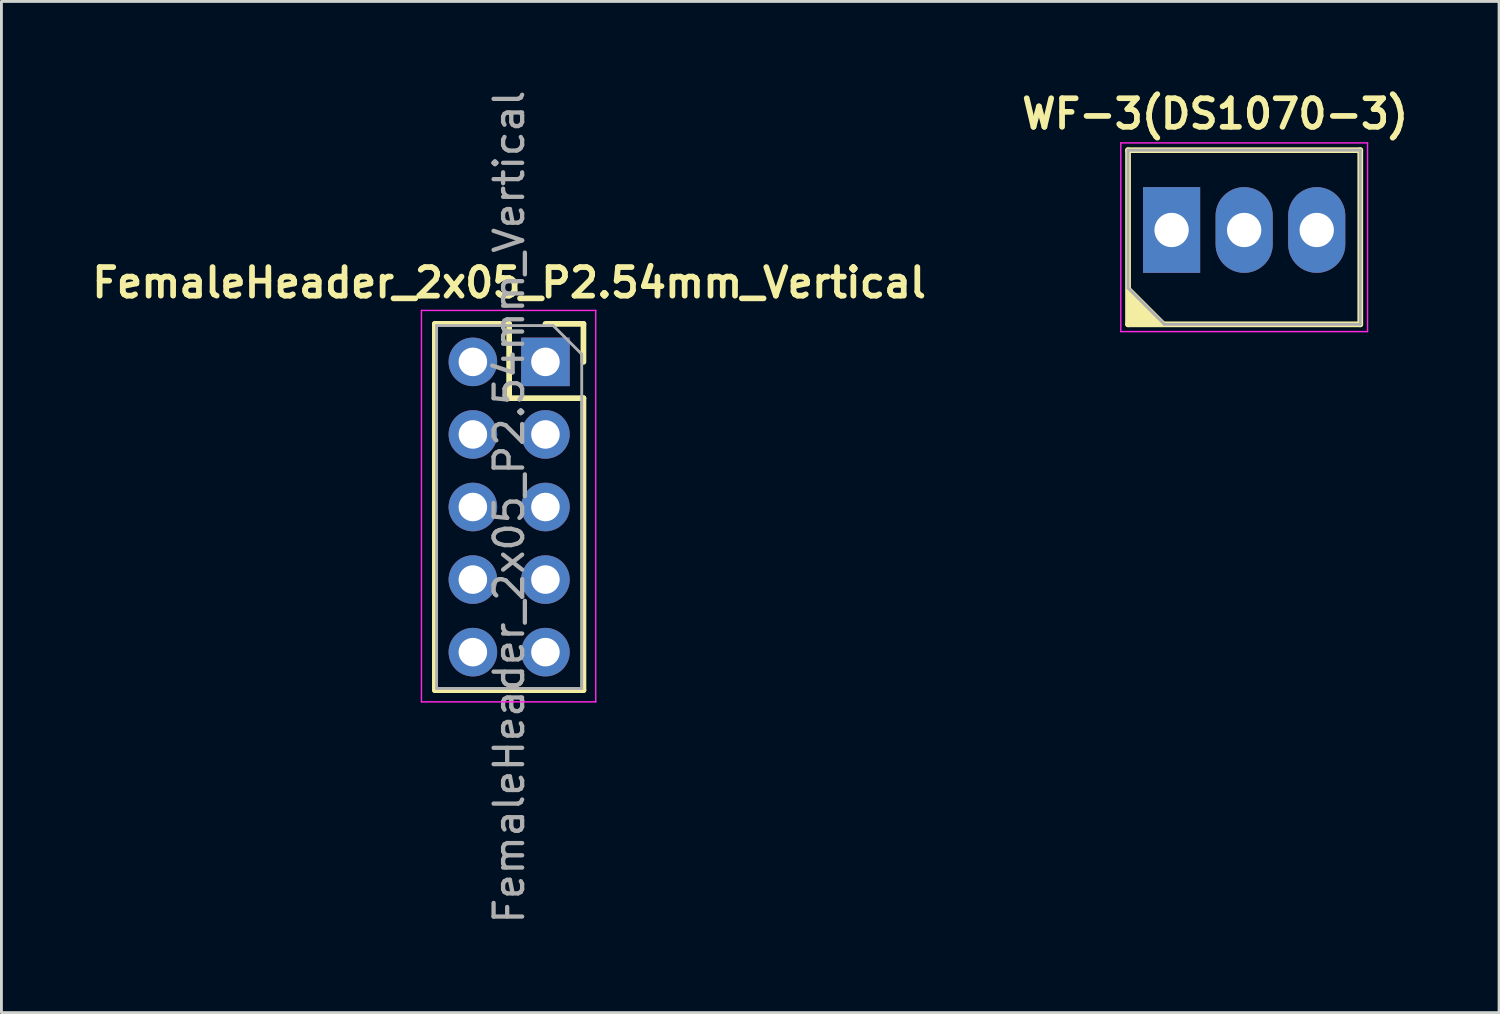
<source format=kicad_pcb>
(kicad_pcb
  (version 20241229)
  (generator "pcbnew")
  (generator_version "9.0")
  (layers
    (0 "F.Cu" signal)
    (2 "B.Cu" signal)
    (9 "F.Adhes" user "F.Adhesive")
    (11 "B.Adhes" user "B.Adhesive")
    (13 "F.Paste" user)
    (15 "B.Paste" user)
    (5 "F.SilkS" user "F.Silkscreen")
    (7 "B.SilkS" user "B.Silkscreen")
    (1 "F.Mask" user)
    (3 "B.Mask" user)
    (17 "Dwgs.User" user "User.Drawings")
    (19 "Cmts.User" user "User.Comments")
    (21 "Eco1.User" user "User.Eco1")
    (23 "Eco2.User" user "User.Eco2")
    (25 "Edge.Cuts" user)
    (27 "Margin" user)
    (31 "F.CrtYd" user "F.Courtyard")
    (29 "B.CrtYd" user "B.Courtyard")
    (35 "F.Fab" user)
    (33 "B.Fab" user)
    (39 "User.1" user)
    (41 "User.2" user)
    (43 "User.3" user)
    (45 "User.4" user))
  (footprint "WF-3(DS1070-3)"
    (layer "F.Cu")
    (at 37.957 5)
    (property "Reference" "WF-3(DS1070-3)" (at 1.524 -4.064 0) (layer "F.SilkS") (effects (font (size 1 1) (thickness 0.2))))
    (attr through_hole)
    (fp_line (start -1.524 3.302) (end -1.524 -2.794) (stroke (width 0.2) (type solid)) (layer "F.SilkS"))
    (fp_line (start -1.524 3.302) (end 6.604 3.302) (stroke (width 0.2) (type solid)) (layer "F.SilkS"))
    (fp_line (start 6.604 -2.794) (end -1.524 -2.794) (stroke (width 0.2) (type solid)) (layer "F.SilkS"))
    (fp_line (start 6.604 -2.794) (end 6.604 3.302) (stroke (width 0.2) (type solid)) (layer "F.SilkS"))
    (fp_poly (pts (xy -1.524 2.032) (xy -0.254 3.302) (xy -1.524 3.302)) (stroke (width 0.15) (type solid)) (fill yes) (layer "F.SilkS"))
    (fp_line (start -1.778 -3.048) (end 6.858 -3.048) (stroke (width 0.05) (type solid)) (layer "F.CrtYd"))
    (fp_line (start -1.778 3.556) (end -1.778 -3.048) (stroke (width 0.05) (type solid)) (layer "F.CrtYd"))
    (fp_line (start 6.858 -3.048) (end 6.858 3.556) (stroke (width 0.05) (type solid)) (layer "F.CrtYd"))
    (fp_line (start 6.858 3.556) (end -1.778 3.556) (stroke (width 0.05) (type solid)) (layer "F.CrtYd"))
    (fp_line (start -1.524 -2.794) (end 6.604 -2.794) (stroke (width 0.1) (type solid)) (layer "F.Fab"))
    (fp_line (start -1.524 2.032) (end -1.524 -2.794) (stroke (width 0.1) (type solid)) (layer "F.Fab"))
    (fp_line (start -0.254 3.302) (end -1.524 2.032) (stroke (width 0.1) (type solid)) (layer "F.Fab"))
    (fp_line (start 6.604 -2.794) (end 6.604 3.302) (stroke (width 0.1) (type solid)) (layer "F.Fab"))
    (fp_line (start 6.604 3.302) (end -0.254 3.302) (stroke (width 0.1) (type solid)) (layer "F.Fab"))
    (pad "1" thru_hole rect (at 0 0) (size 2 3) (drill 1.2) (layers "*.Cu" "*.Mask"))
    (pad "2" thru_hole oval (at 2.54 0) (size 2 3) (drill 1.2) (layers "*.Cu" "*.Mask"))
    (pad "3" thru_hole oval (at 5.08 0) (size 2 3) (drill 1.2) (layers "*.Cu" "*.Mask")))
  (footprint "FemaleHeader_2x05_P2.54mm_Vertical"
    (layer "F.Cu")
    (at 16.041 9.616)
    (property "Reference" "FemaleHeader_2x05_P2.54mm_Vertical" (at -1.27 -2.77 0) (layer "F.SilkS") (effects (font (size 1 1) (thickness 0.2))))
    (attr through_hole)
    (fp_line (start -3.87 -1.33) (end -3.87 11.49) (stroke (width 0.2) (type solid)) (layer "F.SilkS"))
    (fp_line (start -3.87 -1.33) (end -1.27 -1.33) (stroke (width 0.2) (type solid)) (layer "F.SilkS"))
    (fp_line (start -3.87 11.49) (end 1.33 11.49) (stroke (width 0.2) (type solid)) (layer "F.SilkS"))
    (fp_line (start -1.27 -1.33) (end -1.27 1.27) (stroke (width 0.2) (type solid)) (layer "F.SilkS"))
    (fp_line (start -1.27 1.27) (end 1.33 1.27) (stroke (width 0.2) (type solid)) (layer "F.SilkS"))
    (fp_line (start 0 -1.33) (end 1.33 -1.33) (stroke (width 0.2) (type solid)) (layer "F.SilkS"))
    (fp_line (start 1.33 -1.33) (end 1.33 0) (stroke (width 0.2) (type solid)) (layer "F.SilkS"))
    (fp_line (start 1.33 1.27) (end 1.33 11.49) (stroke (width 0.2) (type solid)) (layer "F.SilkS"))
    (fp_line (start -4.34 -1.8) (end 1.76 -1.8) (stroke (width 0.05) (type solid)) (layer "F.CrtYd"))
    (fp_line (start -4.34 11.9) (end -4.34 -1.8) (stroke (width 0.05) (type solid)) (layer "F.CrtYd"))
    (fp_line (start 1.76 -1.8) (end 1.76 11.9) (stroke (width 0.05) (type solid)) (layer "F.CrtYd"))
    (fp_line (start 1.76 11.9) (end -4.34 11.9) (stroke (width 0.05) (type solid)) (layer "F.CrtYd"))
    (fp_line (start -3.81 -1.27) (end 0.27 -1.27) (stroke (width 0.1) (type solid)) (layer "F.Fab"))
    (fp_line (start -3.81 11.43) (end -3.81 -1.27) (stroke (width 0.1) (type solid)) (layer "F.Fab"))
    (fp_line (start 0.27 -1.27) (end 1.27 -0.27) (stroke (width 0.1) (type solid)) (layer "F.Fab"))
    (fp_line (start 1.27 -0.27) (end 1.27 11.43) (stroke (width 0.1) (type solid)) (layer "F.Fab"))
    (fp_line (start 1.27 11.43) (end -3.81 11.43) (stroke (width 0.1) (type solid)) (layer "F.Fab"))
    (fp_text user "${REFERENCE}" (at -1.27 5.08 90) (layer "F.Fab") (effects (font (size 1 1) (thickness 0.15))))
    (pad "1" thru_hole rect (at 0 0) (size 1.7 1.7) (drill 1) (layers "*.Cu" "*.Mask"))
    (pad "2" thru_hole oval (at -2.54 0) (size 1.7 1.7) (drill 1) (layers "*.Cu" "*.Mask"))
    (pad "3" thru_hole oval (at 0 2.54) (size 1.7 1.7) (drill 1) (layers "*.Cu" "*.Mask"))
    (pad "4" thru_hole oval (at -2.54 2.54) (size 1.7 1.7) (drill 1) (layers "*.Cu" "*.Mask"))
    (pad "5" thru_hole oval (at 0 5.08) (size 1.7 1.7) (drill 1) (layers "*.Cu" "*.Mask"))
    (pad "6" thru_hole oval (at -2.54 5.08) (size 1.7 1.7) (drill 1) (layers "*.Cu" "*.Mask"))
    (pad "7" thru_hole oval (at 0 7.62) (size 1.7 1.7) (drill 1) (layers "*.Cu" "*.Mask"))
    (pad "8" thru_hole oval (at -2.54 7.62) (size 1.7 1.7) (drill 1) (layers "*.Cu" "*.Mask"))
    (pad "9" thru_hole oval (at 0 10.16) (size 1.7 1.7) (drill 1) (layers "*.Cu" "*.Mask"))
    (pad "10" thru_hole oval (at -2.54 10.16) (size 1.7 1.7) (drill 1) (layers "*.Cu" "*.Mask")))
  (gr_rect
    (start -3 -3)
    (end 49.419 32.393)
    (stroke (width 0.1) (type default))
    (fill no)
    (layer "Edge.Cuts")))
</source>
